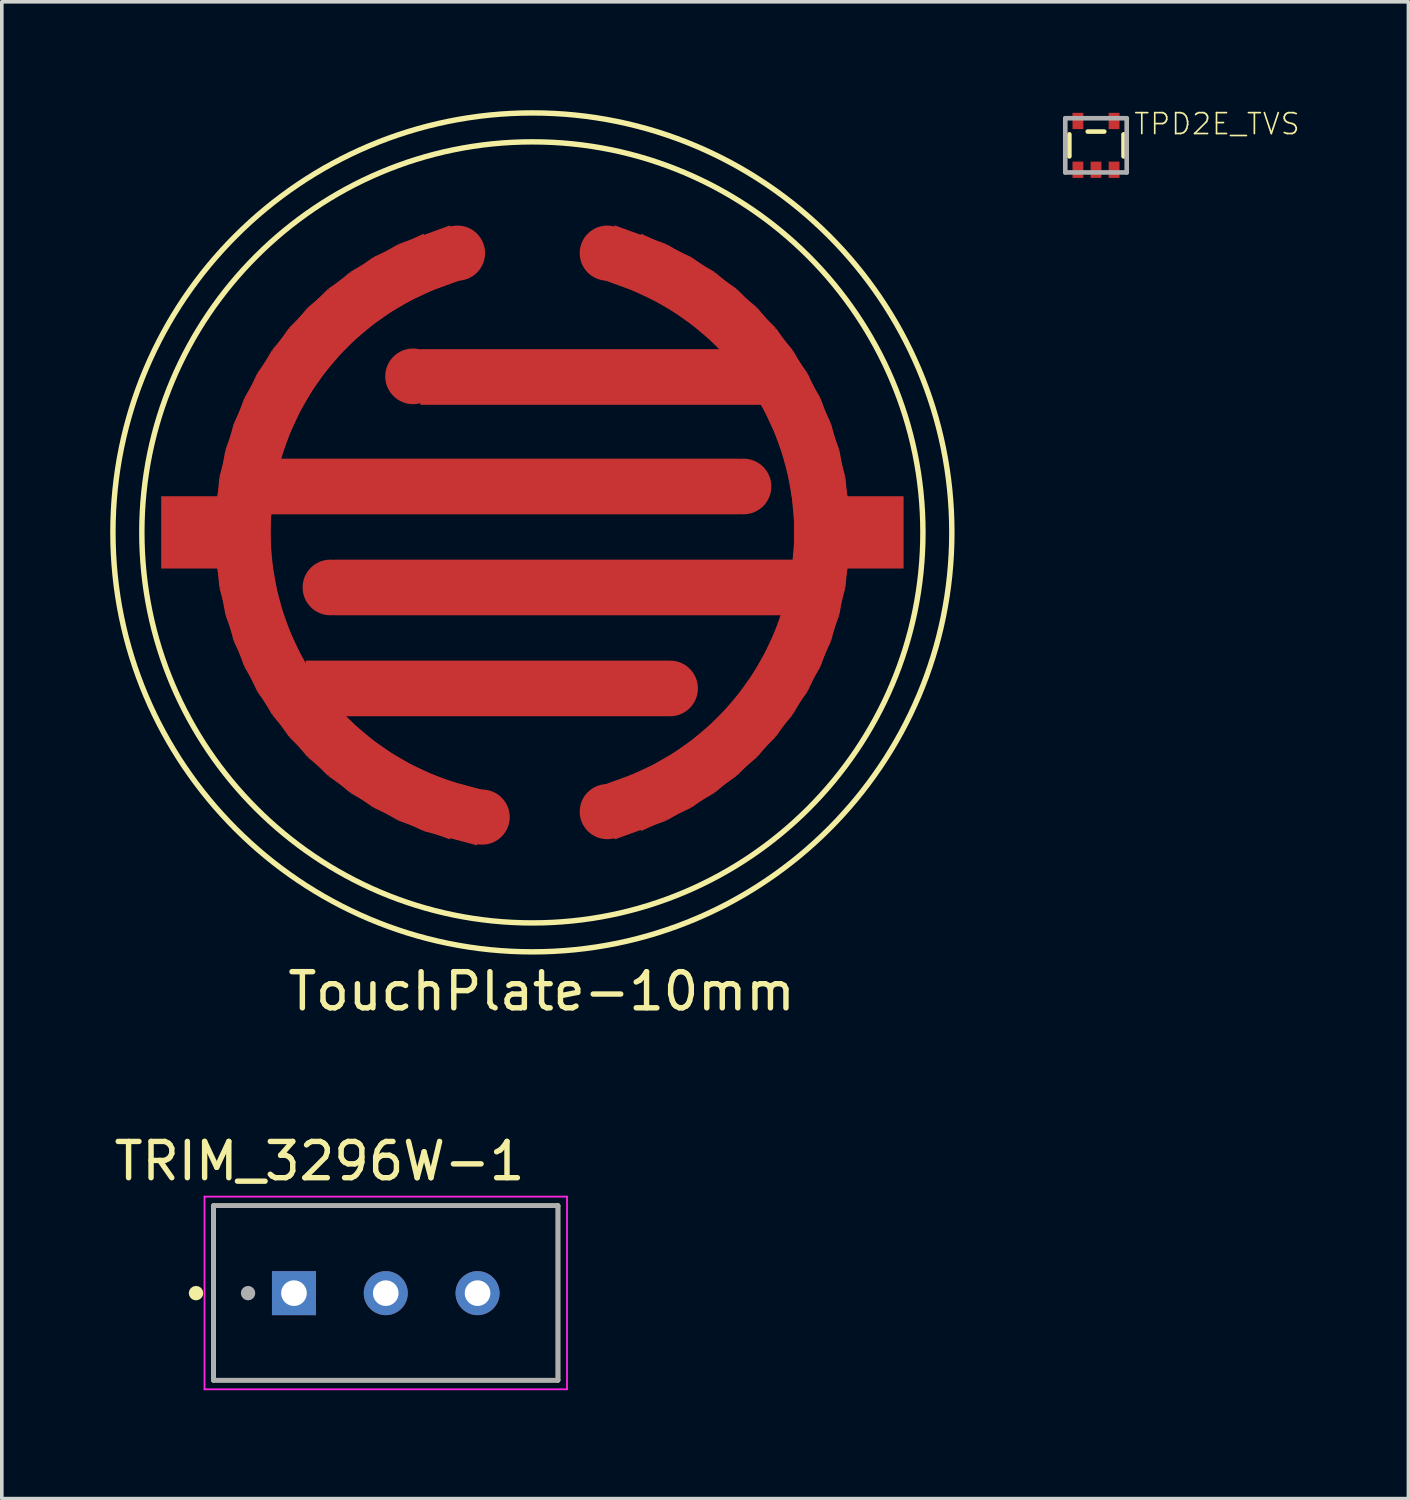
<source format=kicad_pcb>
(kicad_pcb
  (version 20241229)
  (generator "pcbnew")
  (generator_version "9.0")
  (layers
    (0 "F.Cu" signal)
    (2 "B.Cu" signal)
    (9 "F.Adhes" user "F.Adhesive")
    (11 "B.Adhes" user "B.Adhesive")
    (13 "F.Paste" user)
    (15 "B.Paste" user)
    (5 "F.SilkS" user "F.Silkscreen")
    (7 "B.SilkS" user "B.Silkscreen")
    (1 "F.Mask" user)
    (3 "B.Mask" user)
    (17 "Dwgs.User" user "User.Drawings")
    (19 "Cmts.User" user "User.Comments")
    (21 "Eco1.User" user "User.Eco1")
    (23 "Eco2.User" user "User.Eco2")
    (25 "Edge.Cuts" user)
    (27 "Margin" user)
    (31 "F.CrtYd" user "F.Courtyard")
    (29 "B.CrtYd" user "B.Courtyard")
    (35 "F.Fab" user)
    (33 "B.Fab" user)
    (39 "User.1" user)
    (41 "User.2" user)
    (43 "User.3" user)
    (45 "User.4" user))
  (footprint "TouchPlate-10mm"
    (layer "F.Cu")
    (at 11.681 11.681)
    (property "Reference" "TouchPlate-10mm" (at 0.254 12.7 0) (layer "F.SilkS") (effects (font (size 1 1) (thickness 0.15))))
    (attr through_hole)
    (fp_circle (center 0 0) (end -10.668 -4.572) (stroke (width 0.15) (type solid)) (fill no) (layer "F.SilkS"))
    (fp_circle (center 0 0) (end -9.906 -4.318) (stroke (width 0.15) (type solid)) (fill no) (layer "F.SilkS"))
    (pad "1" smd rect (at -9.271 0) (size 2 2) (layers "F.Cu" "F.Mask" "F.Paste"))
    (pad "1" smd rect (at -8 0) (size 1.524 1.524) (layers "F.Cu" "F.Mask" "F.Paste"))
    (pad "1" smd rect (at -7.97 -0.697 355) (size 1.524 1.524) (layers "F.Cu" "F.Mask" "F.Paste"))
    (pad "1" smd rect (at -7.97 0.697 5) (size 1.524 1.524) (layers "F.Cu" "F.Mask" "F.Paste"))
    (pad "1" smd rect (at -7.878 -1.389 350) (size 1.524 1.524) (layers "F.Cu" "F.Mask" "F.Paste"))
    (pad "1" smd rect (at -7.878 1.389 10) (size 1.524 1.524) (layers "F.Cu" "F.Mask" "F.Paste"))
    (pad "1" smd rect (at -7.727 -2.071 345) (size 1.524 1.524) (layers "F.Cu" "F.Mask" "F.Paste"))
    (pad "1" smd rect (at -7.727 2.071 15) (size 1.524 1.524) (layers "F.Cu" "F.Mask" "F.Paste"))
    (pad "1" smd rect (at -7.518 -2.736 340) (size 1.524 1.524) (layers "F.Cu" "F.Mask" "F.Paste"))
    (pad "1" smd rect (at -7.518 2.736 20) (size 1.524 1.524) (layers "F.Cu" "F.Mask" "F.Paste"))
    (pad "1" smd rect (at -7.25 -3.381 335) (size 1.524 1.524) (layers "F.Cu" "F.Mask" "F.Paste"))
    (pad "1" smd rect (at -7.25 3.381 25) (size 1.524 1.524) (layers "F.Cu" "F.Mask" "F.Paste"))
    (pad "1" smd rect (at -6.928 -4 330) (size 1.524 1.524) (layers "F.Cu" "F.Mask" "F.Paste"))
    (pad "1" smd rect (at -6.928 4 30) (size 1.524 1.524) (layers "F.Cu" "F.Mask" "F.Paste"))
    (pad "1" smd rect (at -6.553 -4.589 325) (size 1.524 1.524) (layers "F.Cu" "F.Mask" "F.Paste"))
    (pad "1" smd rect (at -6.553 4.589 35) (size 1.524 1.524) (layers "F.Cu" "F.Mask" "F.Paste"))
    (pad "1" smd rect (at -6.128 -5.142 320) (size 1.524 1.524) (layers "F.Cu" "F.Mask" "F.Paste"))
    (pad "1" smd rect (at -6.128 5.142 40) (size 1.524 1.524) (layers "F.Cu" "F.Mask" "F.Paste"))
    (pad "1" smd rect (at -5.657 -5.657 315) (size 1.524 1.524) (layers "F.Cu" "F.Mask" "F.Paste"))
    (pad "1" smd rect (at -5.657 5.657 45) (size 1.524 1.524) (layers "F.Cu" "F.Mask" "F.Paste"))
    (pad "1" smd rect (at -5.142 -6.128 310) (size 1.524 1.524) (layers "F.Cu" "F.Mask" "F.Paste"))
    (pad "1" smd rect (at -5.142 6.128 50) (size 1.524 1.524) (layers "F.Cu" "F.Mask" "F.Paste"))
    (pad "1" smd rect (at -4.589 -6.553 305) (size 1.524 1.524) (layers "F.Cu" "F.Mask" "F.Paste"))
    (pad "1" smd rect (at -4.589 6.553 55) (size 1.524 1.524) (layers "F.Cu" "F.Mask" "F.Paste"))
    (pad "1" smd rect (at -4 -6.928 300) (size 1.524 1.524) (layers "F.Cu" "F.Mask" "F.Paste"))
    (pad "1" smd rect (at -4 6.928 60) (size 1.524 1.524) (layers "F.Cu" "F.Mask" "F.Paste"))
    (pad "1" smd rect (at -3.381 -7.25 295) (size 1.524 1.524) (layers "F.Cu" "F.Mask" "F.Paste"))
    (pad "1" smd rect (at -3.381 7.25 65) (size 1.524 1.524) (layers "F.Cu" "F.Mask" "F.Paste"))
    (pad "1" smd rect (at -2.736 -7.518 290) (size 1.524 1.524) (layers "F.Cu" "F.Mask" "F.Paste"))
    (pad "1" smd rect (at -2.736 7.518 70) (size 1.524 1.524) (layers "F.Cu" "F.Mask" "F.Paste"))
    (pad "1" smd circle (at -2.071 -7.727 285) (size 1.524 1.524) (layers "F.Cu" "F.Mask" "F.Paste"))
    (pad "1" smd rect (at -2.071 7.727 75) (size 1.524 1.524) (layers "F.Cu" "F.Mask" "F.Paste"))
    (pad "1" smd circle (at -1.389 7.878 80) (size 1.524 1.524) (layers "F.Cu" "F.Mask" "F.Paste"))
    (pad "1" smd rect (at -1.27 4.318) (size 10 1.54) (layers "F.Cu" "F.Mask" "F.Paste"))
    (pad "1" smd rect (at -0.762 -1.27) (size 13 1.54) (layers "F.Cu" "F.Mask" "F.Paste"))
    (pad "1" smd circle (at 3.81 4.318) (size 1.54 1.54) (layers "F.Cu" "F.Mask" "F.Paste"))
    (pad "1" smd circle (at 5.842 -1.27) (size 1.54 1.54) (layers "F.Cu" "F.Mask" "F.Paste"))
    (pad "2" smd circle (at -5.588 1.524) (size 1.54 1.54) (layers "F.Cu" "F.Mask" "F.Paste"))
    (pad "2" smd circle (at -3.302 -4.318) (size 1.54 1.54) (layers "F.Cu" "F.Mask" "F.Paste"))
    (pad "2" smd rect (at 1.016 1.524) (size 13 1.54) (layers "F.Cu" "F.Mask" "F.Paste"))
    (pad "2" smd rect (at 1.9 -4.3) (size 10 1.54) (layers "F.Cu" "F.Mask" "F.Paste"))
    (pad "2" smd circle (at 2.071 -7.727 255) (size 1.524 1.524) (layers "F.Cu" "F.Mask" "F.Paste"))
    (pad "2" smd circle (at 2.071 7.727 105) (size 1.524 1.524) (layers "F.Cu" "F.Mask" "F.Paste"))
    (pad "2" smd rect (at 2.736 -7.518 250) (size 1.524 1.524) (layers "F.Cu" "F.Mask" "F.Paste"))
    (pad "2" smd rect (at 2.736 7.518 110) (size 1.524 1.524) (layers "F.Cu" "F.Mask" "F.Paste"))
    (pad "2" smd rect (at 3.381 -7.25 245) (size 1.524 1.524) (layers "F.Cu" "F.Mask" "F.Paste"))
    (pad "2" smd rect (at 3.381 7.25 115) (size 1.524 1.524) (layers "F.Cu" "F.Mask" "F.Paste"))
    (pad "2" smd rect (at 4 -6.928 240) (size 1.524 1.524) (layers "F.Cu" "F.Mask" "F.Paste"))
    (pad "2" smd rect (at 4 6.928 120) (size 1.524 1.524) (layers "F.Cu" "F.Mask" "F.Paste"))
    (pad "2" smd rect (at 4.589 -6.553 235) (size 1.524 1.524) (layers "F.Cu" "F.Mask" "F.Paste"))
    (pad "2" smd rect (at 4.589 6.553 125) (size 1.524 1.524) (layers "F.Cu" "F.Mask" "F.Paste"))
    (pad "2" smd rect (at 5.142 -6.128 230) (size 1.524 1.524) (layers "F.Cu" "F.Mask" "F.Paste"))
    (pad "2" smd rect (at 5.142 6.128 130) (size 1.524 1.524) (layers "F.Cu" "F.Mask" "F.Paste"))
    (pad "2" smd rect (at 5.657 -5.657 225) (size 1.524 1.524) (layers "F.Cu" "F.Mask" "F.Paste"))
    (pad "2" smd rect (at 5.657 5.657 135) (size 1.524 1.524) (layers "F.Cu" "F.Mask" "F.Paste"))
    (pad "2" smd rect (at 6.128 -5.142 220) (size 1.524 1.524) (layers "F.Cu" "F.Mask" "F.Paste"))
    (pad "2" smd rect (at 6.128 5.142 140) (size 1.524 1.524) (layers "F.Cu" "F.Mask" "F.Paste"))
    (pad "2" smd rect (at 6.553 -4.589 215) (size 1.524 1.524) (layers "F.Cu" "F.Mask" "F.Paste"))
    (pad "2" smd rect (at 6.553 4.589 145) (size 1.524 1.524) (layers "F.Cu" "F.Mask" "F.Paste"))
    (pad "2" smd rect (at 6.928 -4 210) (size 1.524 1.524) (layers "F.Cu" "F.Mask" "F.Paste"))
    (pad "2" smd rect (at 6.928 4 150) (size 1.524 1.524) (layers "F.Cu" "F.Mask" "F.Paste"))
    (pad "2" smd rect (at 7.25 -3.381 205) (size 1.524 1.524) (layers "F.Cu" "F.Mask" "F.Paste"))
    (pad "2" smd rect (at 7.25 3.381 155) (size 1.524 1.524) (layers "F.Cu" "F.Mask" "F.Paste"))
    (pad "2" smd rect (at 7.518 -2.736 200) (size 1.524 1.524) (layers "F.Cu" "F.Mask" "F.Paste"))
    (pad "2" smd rect (at 7.518 2.736 160) (size 1.524 1.524) (layers "F.Cu" "F.Mask" "F.Paste"))
    (pad "2" smd rect (at 7.727 -2.071 195) (size 1.524 1.524) (layers "F.Cu" "F.Mask" "F.Paste"))
    (pad "2" smd rect (at 7.727 2.071 165) (size 1.524 1.524) (layers "F.Cu" "F.Mask" "F.Paste"))
    (pad "2" smd rect (at 7.878 -1.389 190) (size 1.524 1.524) (layers "F.Cu" "F.Mask" "F.Paste"))
    (pad "2" smd rect (at 7.878 1.389 170) (size 1.524 1.524) (layers "F.Cu" "F.Mask" "F.Paste"))
    (pad "2" smd rect (at 7.97 -0.697 185) (size 1.524 1.524) (layers "F.Cu" "F.Mask" "F.Paste"))
    (pad "2" smd rect (at 7.97 0.697 175) (size 1.524 1.524) (layers "F.Cu" "F.Mask" "F.Paste"))
    (pad "2" smd rect (at 8 0 180) (size 1.524 1.524) (layers "F.Cu" "F.Mask" "F.Paste"))
    (pad "2" smd rect (at 9.271 0) (size 2 2) (layers "F.Cu" "F.Mask" "F.Paste")))
  (footprint "TRIM_3296W-1"
    (layer "F.Cu")
    (at 7.624 32.731)
    (property "Reference" "TRIM_3296W-1" (at -1.833 -3.651 0) (layer "F.SilkS") (effects (font (size 1.004 1.004) (thickness 0.15))))
    (attr through_hole)
    (fp_line (start -4.765 -2.42) (end 4.765 -2.42) (stroke (width 0.127) (type solid)) (layer "F.SilkS"))
    (fp_line (start -4.765 2.41) (end -4.765 -2.42) (stroke (width 0.127) (type solid)) (layer "F.SilkS"))
    (fp_line (start 4.765 -2.42) (end 4.765 2.41) (stroke (width 0.127) (type solid)) (layer "F.SilkS"))
    (fp_line (start 4.765 2.41) (end -4.765 2.41) (stroke (width 0.127) (type solid)) (layer "F.SilkS"))
    (fp_circle (center -5.25 0) (end -5.15 0) (stroke (width 0.2) (type solid)) (fill no) (layer "F.SilkS"))
    (fp_line (start -5.015 -2.67) (end 5.015 -2.67) (stroke (width 0.05) (type solid)) (layer "F.CrtYd"))
    (fp_line (start -5.015 2.66) (end -5.015 -2.67) (stroke (width 0.05) (type solid)) (layer "F.CrtYd"))
    (fp_line (start 5.015 -2.67) (end 5.015 2.66) (stroke (width 0.05) (type solid)) (layer "F.CrtYd"))
    (fp_line (start 5.015 2.66) (end -5.015 2.66) (stroke (width 0.05) (type solid)) (layer "F.CrtYd"))
    (fp_line (start -4.765 -2.42) (end 4.765 -2.42) (stroke (width 0.127) (type solid)) (layer "F.Fab"))
    (fp_line (start -4.765 2.41) (end -4.765 -2.42) (stroke (width 0.127) (type solid)) (layer "F.Fab"))
    (fp_line (start 4.765 -2.42) (end 4.765 2.41) (stroke (width 0.127) (type solid)) (layer "F.Fab"))
    (fp_line (start 4.765 2.41) (end -4.765 2.41) (stroke (width 0.127) (type solid)) (layer "F.Fab"))
    (fp_circle (center -3.81 0) (end -3.71 0) (stroke (width 0.2) (type solid)) (fill no) (layer "F.Fab"))
    (pad "1" thru_hole rect (at -2.54 0) (size 1.218 1.218) (drill 0.71) (layers "*.Cu" "*.Mask"))
    (pad "2" thru_hole circle (at 0 0) (size 1.218 1.218) (drill 0.71) (layers "*.Cu" "*.Mask"))
    (pad "3" thru_hole circle (at 2.54 0) (size 1.218 1.218) (drill 0.71) (layers "*.Cu" "*.Mask")))
  (footprint "TPD2E_TVS"
    (layer "F.Cu")
    (at 27.276 0.972)
    (property "Reference" "TPD2E_TVS" (at 1.016 -0.254 0) (layer "F.SilkS") (effects (font (size 0.579 0.579) (thickness 0.046)) (justify left bottom)))
    (attr through_hole)
    (fp_line (start -0.737 -0.305) (end -0.737 0.305) (stroke (width 0.127) (type solid)) (layer "F.SilkS"))
    (fp_line (start -0.229 -0.381) (end 0.229 -0.381) (stroke (width 0.127) (type solid)) (layer "F.SilkS"))
    (fp_line (start 0.762 -0.305) (end 0.762 0.305) (stroke (width 0.127) (type solid)) (layer "F.SilkS"))
    (fp_line (start -0.85 -0.75) (end 0.85 -0.75) (stroke (width 0.127) (type solid)) (layer "F.Fab"))
    (fp_line (start -0.85 0.75) (end -0.85 -0.75) (stroke (width 0.127) (type solid)) (layer "F.Fab"))
    (fp_line (start 0.85 -0.75) (end 0.85 0.75) (stroke (width 0.127) (type solid)) (layer "F.Fab"))
    (fp_line (start 0.85 0.75) (end -0.85 0.75) (stroke (width 0.127) (type solid)) (layer "F.Fab"))
    (pad "1" smd rect (at -0.5 0.675 90) (size 0.45 0.3) (layers "F.Cu" "F.Mask" "F.Paste"))
    (pad "2" smd rect (at 0 0.675 90) (size 0.45 0.3) (layers "F.Cu" "F.Mask" "F.Paste"))
    (pad "3" smd rect (at 0.5 0.675 90) (size 0.45 0.3) (layers "F.Cu" "F.Mask" "F.Paste"))
    (pad "4" smd rect (at 0.5 -0.675 90) (size 0.45 0.3) (layers "F.Cu" "F.Mask" "F.Paste"))
    (pad "5" smd rect (at -0.5 -0.675 90) (size 0.45 0.3) (layers "F.Cu" "F.Mask" "F.Paste")))
  (gr_rect
    (start -3 -3)
    (end 35.921 38.416)
    (stroke (width 0.1) (type default))
    (fill no)
    (layer "Edge.Cuts")))
</source>
